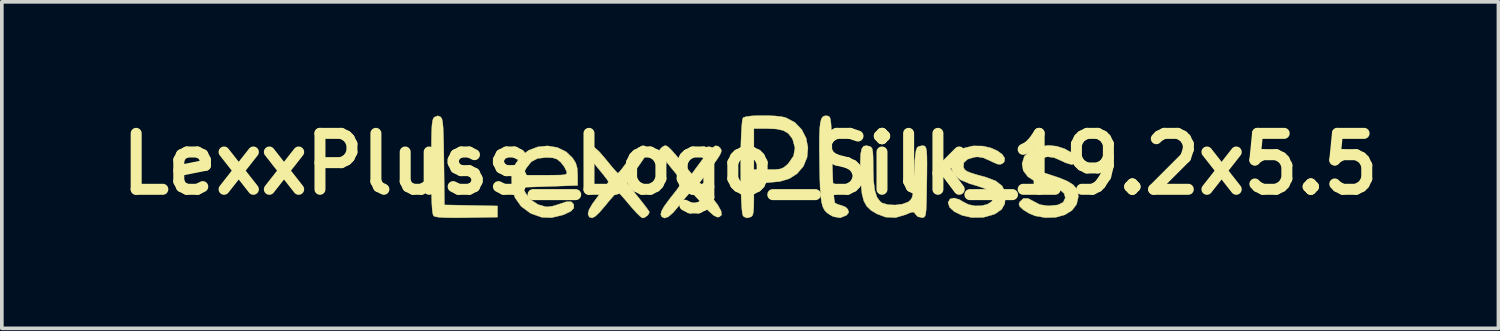
<source format=kicad_pcb>
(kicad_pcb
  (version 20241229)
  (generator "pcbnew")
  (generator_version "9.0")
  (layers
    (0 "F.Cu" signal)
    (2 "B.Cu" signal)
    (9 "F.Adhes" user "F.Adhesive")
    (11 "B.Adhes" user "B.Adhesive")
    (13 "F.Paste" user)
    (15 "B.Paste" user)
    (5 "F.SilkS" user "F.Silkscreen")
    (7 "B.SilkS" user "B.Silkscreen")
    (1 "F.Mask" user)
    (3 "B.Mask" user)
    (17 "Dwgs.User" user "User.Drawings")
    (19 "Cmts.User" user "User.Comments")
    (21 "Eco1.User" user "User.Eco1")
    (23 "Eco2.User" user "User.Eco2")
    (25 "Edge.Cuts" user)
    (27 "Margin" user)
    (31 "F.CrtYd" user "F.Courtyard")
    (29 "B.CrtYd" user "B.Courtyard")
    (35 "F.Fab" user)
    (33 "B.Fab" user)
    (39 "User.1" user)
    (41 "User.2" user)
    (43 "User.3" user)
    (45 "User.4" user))
  (footprint "LexxPluss_Logo_Silk_19.2x5.5"
    (layer "F.Cu")
    (at 17.388 1.418)
    (property "Reference" "LexxPluss_Logo_Silk_19.2x5.5" (at 0 0 0) (layer "F.SilkS") (effects (font (size 1.524 1.524) (thickness 0.3))))
    (attr through_hole)
    (fp_poly (pts (xy -8.441 -1.287) (xy -8.414 -1.259) (xy -8.392 -1.208) (xy -8.376 -1.119) (xy -8.364 -0.982) (xy -8.356 -0.783) (xy -8.349 -0.509) (xy -8.344 -0.15) (xy -8.343 -0.059) (xy -8.329 1.115) (xy -7.606 1.129) (xy -6.883 1.143) (xy -6.883 1.448) (xy -7.723 1.462) (xy -8.068 1.465) (xy -8.322 1.461) (xy -8.494 1.45) (xy -8.594 1.43) (xy -8.625 1.413) (xy -8.645 1.362) (xy -8.662 1.249) (xy -8.673 1.065) (xy -8.681 0.804) (xy -8.686 0.457) (xy -8.687 0.072) (xy -8.686 -0.328) (xy -8.683 -0.639) (xy -8.678 -0.872) (xy -8.67 -1.039) (xy -8.657 -1.152) (xy -8.639 -1.223) (xy -8.617 -1.264) (xy -8.606 -1.274) (xy -8.509 -1.313) (xy -8.441 -1.287)) (stroke (width 0.01) (type solid)) (fill yes) (layer "F.SilkS"))
    (fp_poly (pts (xy 2.099 -1.311) (xy 2.135 -1.303) (xy 2.162 -1.283) (xy 2.183 -1.238) (xy 2.198 -1.155) (xy 2.209 -1.022) (xy 2.218 -0.827) (xy 2.226 -0.557) (xy 2.234 -0.2) (xy 2.235 -0.142) (xy 2.245 0.215) (xy 2.258 0.526) (xy 2.273 0.777) (xy 2.289 0.956) (xy 2.306 1.05) (xy 2.311 1.06) (xy 2.399 1.105) (xy 2.484 1.126) (xy 2.603 1.176) (xy 2.662 1.235) (xy 2.688 1.319) (xy 2.63 1.392) (xy 2.619 1.4) (xy 2.453 1.467) (xy 2.268 1.434) (xy 2.176 1.386) (xy 2.092 1.328) (xy 2.028 1.26) (xy 1.98 1.169) (xy 1.946 1.041) (xy 1.922 0.863) (xy 1.906 0.622) (xy 1.896 0.305) (xy 1.89 -0.035) (xy 1.885 -0.435) (xy 1.886 -0.745) (xy 1.896 -0.976) (xy 1.915 -1.137) (xy 1.945 -1.24) (xy 1.989 -1.295) (xy 2.048 -1.314) (xy 2.099 -1.311)) (stroke (width 0.01) (type solid)) (fill yes) (layer "F.SilkS"))
    (fp_poly (pts (xy -2.284 -0.496) (xy -2.227 -0.461) (xy -2.145 -0.381) (xy -2.027 -0.247) (xy -1.859 -0.048) (xy -1.799 0.023) (xy -1.591 0.271) (xy -1.303 -0.118) (xy -1.147 -0.321) (xy -1.031 -0.444) (xy -0.943 -0.496) (xy -0.871 -0.485) (xy -0.813 -0.432) (xy -0.786 -0.385) (xy -0.788 -0.328) (xy -0.825 -0.244) (xy -0.905 -0.12) (xy -1.036 0.06) (xy -1.154 0.216) (xy -1.377 0.507) (xy -1.068 0.875) (xy -0.889 1.106) (xy -0.792 1.278) (xy -0.777 1.39) (xy -0.844 1.443) (xy -0.893 1.448) (xy -0.989 1.405) (xy -1.13 1.281) (xy -1.29 1.105) (xy -1.424 0.952) (xy -1.533 0.835) (xy -1.603 0.771) (xy -1.616 0.764) (xy -1.661 0.802) (xy -1.751 0.903) (xy -1.869 1.048) (xy -1.925 1.12) (xy -2.096 1.323) (xy -2.23 1.439) (xy -2.333 1.474) (xy -2.405 1.439) (xy -2.435 1.378) (xy -2.417 1.289) (xy -2.345 1.159) (xy -2.211 0.975) (xy -2.133 0.876) (xy -1.991 0.694) (xy -1.908 0.573) (xy -1.872 0.494) (xy -1.877 0.44) (xy -1.896 0.411) (xy -2.131 0.129) (xy -2.308 -0.095) (xy -2.424 -0.257) (xy -2.474 -0.352) (xy -2.476 -0.37) (xy -2.421 -0.44) (xy -2.369 -0.479) (xy -2.327 -0.499) (xy -2.284 -0.496)) (stroke (width 0.01) (type solid)) (fill yes) (layer "F.SilkS"))
    (fp_poly (pts (xy 0.469 -1.319) (xy 0.686 -1.308) (xy 0.869 -1.287) (xy 0.97 -1.263) (xy 1.218 -1.133) (xy 1.404 -0.94) (xy 1.525 -0.704) (xy 1.575 -0.445) (xy 1.552 -0.183) (xy 1.451 0.063) (xy 1.275 0.267) (xy 1.067 0.399) (xy 0.81 0.477) (xy 0.485 0.507) (xy 0.419 0.508) (xy 0.102 0.508) (xy 0.102 0.96) (xy 0.098 1.185) (xy 0.086 1.328) (xy 0.062 1.407) (xy 0.022 1.442) (xy 0.021 1.442) (xy -0.088 1.471) (xy -0.163 1.44) (xy -0.193 1.412) (xy -0.213 1.343) (xy -0.229 1.188) (xy -0.242 0.966) (xy -0.251 0.694) (xy -0.256 0.388) (xy -0.258 0.066) (xy -0.256 -0.256) (xy -0.251 -0.56) (xy -0.241 -0.829) (xy -0.233 -0.965) (xy 0.102 -0.965) (xy 0.102 0.152) (xy 0.488 0.152) (xy 0.687 0.15) (xy 0.817 0.136) (xy 0.908 0.1) (xy 0.992 0.033) (xy 1.046 -0.02) (xy 1.183 -0.219) (xy 1.222 -0.437) (xy 1.161 -0.663) (xy 1.135 -0.712) (xy 1.036 -0.835) (xy 0.903 -0.913) (xy 0.714 -0.954) (xy 0.455 -0.965) (xy 0.102 -0.965) (xy -0.233 -0.965) (xy -0.228 -1.047) (xy -0.212 -1.197) (xy -0.193 -1.26) (xy -0.112 -1.29) (xy 0.043 -1.31) (xy 0.246 -1.319) (xy 0.469 -1.319)) (stroke (width 0.01) (type solid)) (fill yes) (layer "F.SilkS"))
    (fp_poly (pts (xy -5.254 -0.45) (xy -5.015 -0.334) (xy -4.839 -0.166) (xy -4.752 -0.028) (xy -4.71 0.118) (xy -4.7 0.3) (xy -4.699 0.584) (xy -5.448 0.61) (xy -6.197 0.635) (xy -6.109 0.808) (xy -5.973 0.977) (xy -5.779 1.105) (xy -5.567 1.166) (xy -5.524 1.168) (xy -5.38 1.148) (xy -5.216 1.099) (xy -5.199 1.092) (xy -5.002 1.027) (xy -4.873 1.029) (xy -4.806 1.097) (xy -4.805 1.099) (xy -4.803 1.2) (xy -4.885 1.289) (xy -5.06 1.373) (xy -5.118 1.393) (xy -5.414 1.463) (xy -5.68 1.452) (xy -5.951 1.356) (xy -5.998 1.333) (xy -6.24 1.153) (xy -6.407 0.917) (xy -6.495 0.639) (xy -6.498 0.338) (xy -6.488 0.305) (xy -6.2 0.305) (xy -5.586 0.305) (xy -5.328 0.304) (xy -5.156 0.301) (xy -5.053 0.291) (xy -5.005 0.271) (xy -4.994 0.239) (xy -5.005 0.191) (xy -5.006 0.191) (xy -5.065 0.074) (xy -5.16 -0.049) (xy -5.163 -0.051) (xy -5.259 -0.13) (xy -5.375 -0.168) (xy -5.551 -0.178) (xy -5.558 -0.178) (xy -5.792 -0.151) (xy -5.963 -0.061) (xy -6.097 0.109) (xy -6.128 0.165) (xy -6.2 0.305) (xy -6.488 0.305) (xy -6.41 0.03) (xy -6.404 0.016) (xy -6.251 -0.209) (xy -6.038 -0.37) (xy -5.787 -0.466) (xy -5.519 -0.493) (xy -5.254 -0.45)) (stroke (width 0.01) (type solid)) (fill yes) (layer "F.SilkS"))
    (fp_poly (pts (xy 6.338 -0.489) (xy 6.554 -0.439) (xy 6.736 -0.359) (xy 6.867 -0.263) (xy 6.936 -0.161) (xy 6.927 -0.065) (xy 6.884 -0.019) (xy 6.817 0.011) (xy 6.732 0.001) (xy 6.6 -0.057) (xy 6.545 -0.085) (xy 6.357 -0.168) (xy 6.203 -0.194) (xy 6.11 -0.186) (xy 5.923 -0.129) (xy 5.822 -0.036) (xy 5.812 0.086) (xy 5.814 0.093) (xy 5.842 0.147) (xy 5.897 0.193) (xy 5.999 0.238) (xy 6.164 0.29) (xy 6.41 0.356) (xy 6.419 0.359) (xy 6.689 0.46) (xy 6.866 0.599) (xy 6.951 0.778) (xy 6.96 0.871) (xy 6.936 1.086) (xy 6.852 1.236) (xy 6.69 1.35) (xy 6.638 1.375) (xy 6.351 1.455) (xy 6.037 1.459) (xy 5.775 1.4) (xy 5.566 1.3) (xy 5.435 1.182) (xy 5.394 1.057) (xy 5.395 1.044) (xy 5.448 0.952) (xy 5.558 0.927) (xy 5.701 0.969) (xy 5.793 1.025) (xy 5.952 1.106) (xy 6.131 1.142) (xy 6.308 1.137) (xy 6.465 1.097) (xy 6.579 1.026) (xy 6.633 0.93) (xy 6.611 0.826) (xy 6.567 0.766) (xy 6.494 0.714) (xy 6.373 0.661) (xy 6.187 0.598) (xy 5.991 0.54) (xy 5.725 0.43) (xy 5.551 0.282) (xy 5.472 0.097) (xy 5.466 0.025) (xy 5.513 -0.166) (xy 5.641 -0.323) (xy 5.834 -0.435) (xy 6.076 -0.493) (xy 6.338 -0.489)) (stroke (width 0.01) (type solid)) (fill yes) (layer "F.SilkS"))
    (fp_poly (pts (xy 8.356 -0.483) (xy 8.566 -0.415) (xy 8.741 -0.318) (xy 8.856 -0.202) (xy 8.89 -0.098) (xy 8.855 -0.006) (xy 8.752 0.015) (xy 8.586 -0.036) (xy 8.501 -0.078) (xy 8.284 -0.173) (xy 8.105 -0.198) (xy 7.932 -0.157) (xy 7.899 -0.143) (xy 7.801 -0.07) (xy 7.782 0.039) (xy 7.783 0.047) (xy 7.805 0.125) (xy 7.867 0.182) (xy 7.991 0.235) (xy 8.103 0.271) (xy 8.418 0.375) (xy 8.647 0.47) (xy 8.801 0.566) (xy 8.892 0.671) (xy 8.934 0.797) (xy 8.941 0.893) (xy 8.895 1.099) (xy 8.768 1.265) (xy 8.574 1.385) (xy 8.327 1.453) (xy 8.043 1.462) (xy 7.77 1.415) (xy 7.602 1.346) (xy 7.444 1.249) (xy 7.44 1.245) (xy 7.344 1.156) (xy 7.323 1.087) (xy 7.346 1.032) (xy 7.444 0.939) (xy 7.574 0.939) (xy 7.732 1.023) (xy 7.896 1.107) (xy 8.099 1.138) (xy 8.158 1.139) (xy 8.387 1.115) (xy 8.53 1.044) (xy 8.585 0.926) (xy 8.585 0.912) (xy 8.557 0.806) (xy 8.463 0.72) (xy 8.292 0.645) (xy 8.079 0.585) (xy 7.781 0.483) (xy 7.567 0.347) (xy 7.442 0.182) (xy 7.408 -0.005) (xy 7.471 -0.21) (xy 7.472 -0.211) (xy 7.569 -0.311) (xy 7.731 -0.404) (xy 7.924 -0.474) (xy 8.112 -0.506) (xy 8.133 -0.507) (xy 8.356 -0.483)) (stroke (width 0.01) (type solid)) (fill yes) (layer "F.SilkS"))
    (fp_poly (pts (xy 4.744 -0.492) (xy 4.774 -0.471) (xy 4.795 -0.426) (xy 4.809 -0.342) (xy 4.817 -0.207) (xy 4.819 -0.005) (xy 4.817 0.275) (xy 4.814 0.494) (xy 4.809 0.827) (xy 4.804 1.072) (xy 4.796 1.243) (xy 4.784 1.353) (xy 4.766 1.418) (xy 4.74 1.449) (xy 4.705 1.461) (xy 4.689 1.464) (xy 4.567 1.435) (xy 4.515 1.381) (xy 4.472 1.323) (xy 4.422 1.309) (xy 4.332 1.338) (xy 4.246 1.377) (xy 3.963 1.461) (xy 3.688 1.447) (xy 3.454 1.359) (xy 3.295 1.264) (xy 3.179 1.154) (xy 3.099 1.011) (xy 3.048 0.817) (xy 3.019 0.555) (xy 3.005 0.252) (xy 3.001 -0.055) (xy 3.011 -0.271) (xy 3.039 -0.41) (xy 3.089 -0.483) (xy 3.165 -0.501) (xy 3.249 -0.483) (xy 3.294 -0.462) (xy 3.324 -0.419) (xy 3.342 -0.335) (xy 3.35 -0.194) (xy 3.353 0.025) (xy 3.353 0.107) (xy 3.363 0.457) (xy 3.396 0.719) (xy 3.455 0.904) (xy 3.542 1.023) (xy 3.599 1.063) (xy 3.757 1.109) (xy 3.957 1.118) (xy 4.154 1.092) (xy 4.306 1.034) (xy 4.325 1.021) (xy 4.374 0.975) (xy 4.409 0.918) (xy 4.432 0.831) (xy 4.448 0.696) (xy 4.46 0.494) (xy 4.47 0.251) (xy 4.483 -0.034) (xy 4.499 -0.233) (xy 4.519 -0.362) (xy 4.545 -0.438) (xy 4.578 -0.473) (xy 4.689 -0.501) (xy 4.744 -0.492)) (stroke (width 0.01) (type solid)) (fill yes) (layer "F.SilkS"))
    (fp_poly (pts (xy -2.845 -0.483) (xy -2.799 -0.419) (xy -2.814 -0.314) (xy -2.892 -0.159) (xy -3.039 0.056) (xy -3.073 0.102) (xy -3.196 0.268) (xy -3.291 0.404) (xy -3.345 0.488) (xy -3.353 0.504) (xy -3.323 0.554) (xy -3.242 0.663) (xy -3.124 0.812) (xy -3.048 0.906) (xy -2.916 1.071) (xy -2.813 1.207) (xy -2.753 1.294) (xy -2.743 1.315) (xy -2.783 1.39) (xy -2.868 1.455) (xy -2.928 1.473) (xy -2.987 1.436) (xy -3.09 1.337) (xy -3.219 1.194) (xy -3.284 1.118) (xy -3.416 0.961) (xy -3.526 0.839) (xy -3.596 0.771) (xy -3.611 0.762) (xy -3.657 0.799) (xy -3.748 0.898) (xy -3.871 1.041) (xy -3.933 1.118) (xy -4.096 1.309) (xy -4.216 1.424) (xy -4.303 1.469) (xy -4.369 1.453) (xy -4.386 1.439) (xy -4.418 1.363) (xy -4.391 1.249) (xy -4.298 1.087) (xy -4.14 0.873) (xy -4.016 0.71) (xy -3.92 0.579) (xy -3.867 0.498) (xy -3.861 0.483) (xy -3.891 0.433) (xy -3.974 0.324) (xy -4.093 0.176) (xy -4.166 0.089) (xy -4.338 -0.129) (xy -4.438 -0.291) (xy -4.468 -0.402) (xy -4.432 -0.474) (xy -4.419 -0.483) (xy -4.338 -0.499) (xy -4.237 -0.449) (xy -4.104 -0.328) (xy -3.932 -0.127) (xy -3.912 -0.102) (xy -3.784 0.055) (xy -3.679 0.176) (xy -3.614 0.243) (xy -3.602 0.251) (xy -3.561 0.214) (xy -3.478 0.112) (xy -3.368 -0.037) (xy -3.323 -0.101) (xy -3.16 -0.317) (xy -3.031 -0.448) (xy -2.928 -0.5) (xy -2.845 -0.483)) (stroke (width 0.01) (type solid)) (fill yes) (layer "F.SilkS")))
  (gr_rect
    (start -3 -3)
    (end 37.776 5.897)
    (stroke (width 0.1) (type default))
    (fill no)
    (layer "Edge.Cuts")))
</source>
